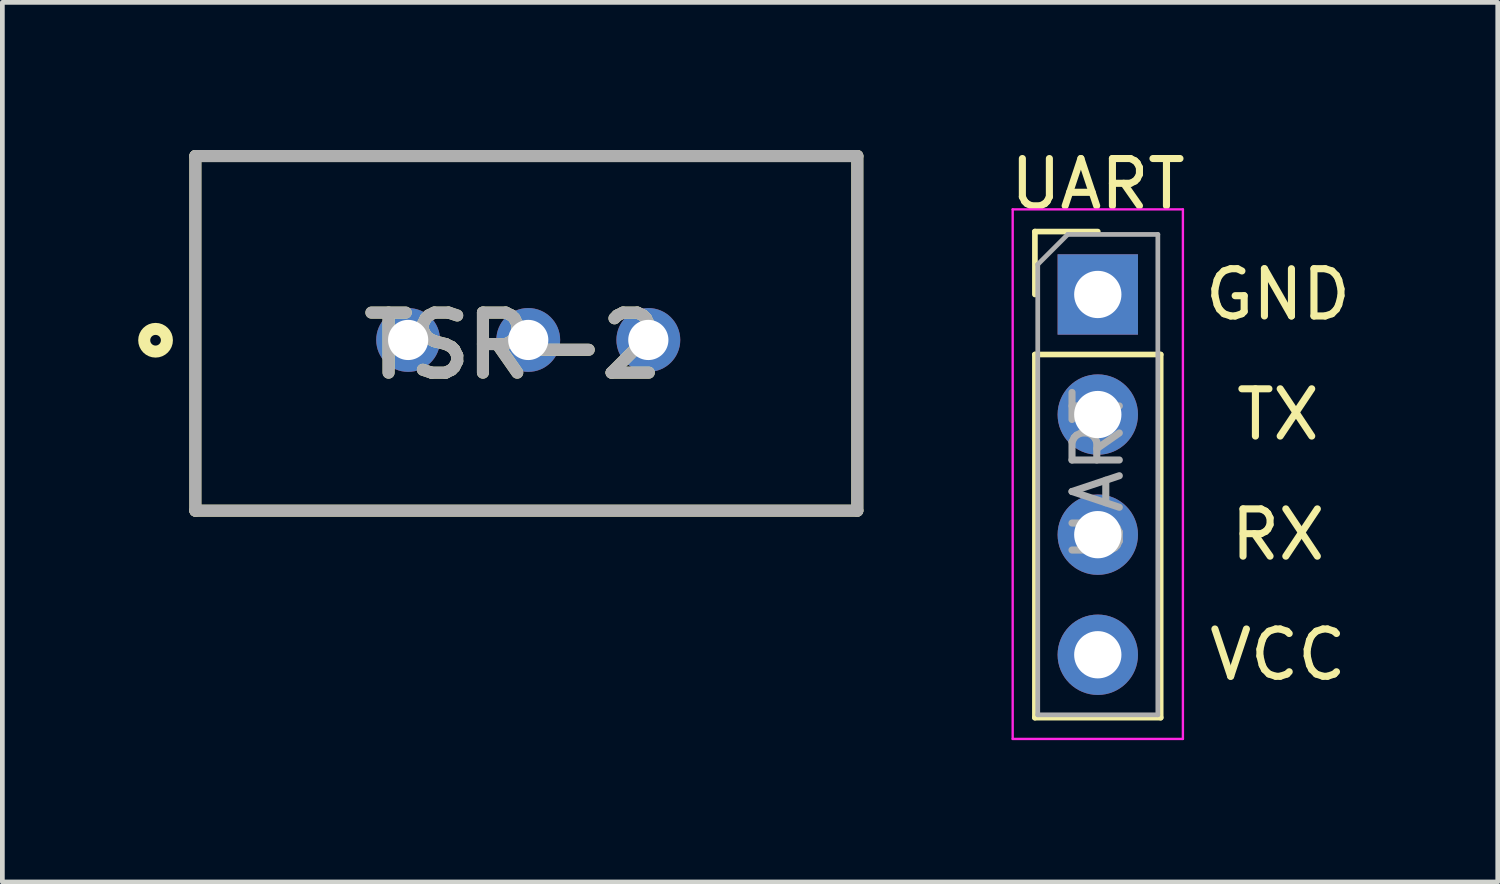
<source format=kicad_pcb>
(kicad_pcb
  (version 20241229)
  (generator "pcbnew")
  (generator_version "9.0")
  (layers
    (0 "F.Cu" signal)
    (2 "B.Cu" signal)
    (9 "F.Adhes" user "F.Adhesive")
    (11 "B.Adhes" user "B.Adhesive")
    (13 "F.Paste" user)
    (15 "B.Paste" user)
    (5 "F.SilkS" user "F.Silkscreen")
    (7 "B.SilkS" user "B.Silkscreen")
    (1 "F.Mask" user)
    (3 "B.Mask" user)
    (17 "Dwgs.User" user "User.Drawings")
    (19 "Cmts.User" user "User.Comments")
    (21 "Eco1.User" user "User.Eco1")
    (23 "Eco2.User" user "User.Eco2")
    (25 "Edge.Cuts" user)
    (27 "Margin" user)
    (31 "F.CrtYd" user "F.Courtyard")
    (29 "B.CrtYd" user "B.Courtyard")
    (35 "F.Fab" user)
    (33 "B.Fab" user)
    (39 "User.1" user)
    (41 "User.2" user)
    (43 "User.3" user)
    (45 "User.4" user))
  (footprint "UART"
    (layer "F.Cu")
    (at 20.168 3.178)
    (property "Reference" "UART" (at 0 -2.33 0) (layer "F.SilkS") (effects (font (size 1 1) (thickness 0.15))))
    (attr through_hole)
    (fp_line (start -1.33 -1.33) (end 0 -1.33) (stroke (width 0.12) (type solid)) (layer "F.SilkS"))
    (fp_line (start -1.33 0) (end -1.33 -1.33) (stroke (width 0.12) (type solid)) (layer "F.SilkS"))
    (fp_line (start -1.33 1.27) (end -1.33 8.95) (stroke (width 0.12) (type solid)) (layer "F.SilkS"))
    (fp_line (start -1.33 1.27) (end 1.33 1.27) (stroke (width 0.12) (type solid)) (layer "F.SilkS"))
    (fp_line (start -1.33 8.95) (end 1.33 8.95) (stroke (width 0.12) (type solid)) (layer "F.SilkS"))
    (fp_line (start 1.33 1.27) (end 1.33 8.95) (stroke (width 0.12) (type solid)) (layer "F.SilkS"))
    (fp_line (start -1.8 -1.8) (end -1.8 9.4) (stroke (width 0.05) (type solid)) (layer "F.CrtYd"))
    (fp_line (start -1.8 9.4) (end 1.8 9.4) (stroke (width 0.05) (type solid)) (layer "F.CrtYd"))
    (fp_line (start 1.8 -1.8) (end -1.8 -1.8) (stroke (width 0.05) (type solid)) (layer "F.CrtYd"))
    (fp_line (start 1.8 9.4) (end 1.8 -1.8) (stroke (width 0.05) (type solid)) (layer "F.CrtYd"))
    (fp_line (start -1.27 -0.635) (end -0.635 -1.27) (stroke (width 0.1) (type solid)) (layer "F.Fab"))
    (fp_line (start -1.27 8.89) (end -1.27 -0.635) (stroke (width 0.1) (type solid)) (layer "F.Fab"))
    (fp_line (start -0.635 -1.27) (end 1.27 -1.27) (stroke (width 0.1) (type solid)) (layer "F.Fab"))
    (fp_line (start 1.27 -1.27) (end 1.27 8.89) (stroke (width 0.1) (type solid)) (layer "F.Fab"))
    (fp_line (start 1.27 8.89) (end -1.27 8.89) (stroke (width 0.1) (type solid)) (layer "F.Fab"))
    (fp_text user "TX" (at 3.81 2.54 0) (layer "F.SilkS") (effects (font (size 1 1) (thickness 0.15))))
    (fp_text user "GND" (at 3.81 0 0) (layer "F.SilkS") (effects (font (size 1 1) (thickness 0.15))))
    (fp_text user "RX" (at 3.81 5.08 0) (layer "F.SilkS") (effects (font (size 1 1) (thickness 0.15))))
    (fp_text user "VCC" (at 3.81 7.62 0) (layer "F.SilkS") (effects (font (size 1 1) (thickness 0.15))))
    (fp_text user "${REFERENCE}" (at 0 3.81 90) (layer "F.Fab") (effects (font (size 1 1) (thickness 0.15))))
    (pad "1" thru_hole rect (at 0 0) (size 1.7 1.7) (drill 1) (layers "*.Cu" "*.Mask"))
    (pad "2" thru_hole oval (at 0 2.54) (size 1.7 1.7) (drill 1) (layers "*.Cu" "*.Mask"))
    (pad "3" thru_hole oval (at 0 5.08) (size 1.7 1.7) (drill 1) (layers "*.Cu" "*.Mask"))
    (pad "4" thru_hole oval (at 0 7.62) (size 1.7 1.7) (drill 1) (layers "*.Cu" "*.Mask")))
  (footprint "TSR-2"
    (layer "F.Cu")
    (at 1.082 0.25)
    (property "Reference" "TSR-2" (at 6.717 4.007 0) (layer "F.SilkS") (effects (font (size 1.27 1.27) (thickness 0.254))))
    (attr through_hole)
    (fp_line (start 0 0) (end 14 0) (stroke (width 0.254) (type solid)) (layer "F.SilkS"))
    (fp_line (start 0 7.5) (end 0 0) (stroke (width 0.254) (type solid)) (layer "F.SilkS"))
    (fp_line (start 14 0) (end 14 7.5) (stroke (width 0.254) (type solid)) (layer "F.SilkS"))
    (fp_line (start 14 7.5) (end 0 7.5) (stroke (width 0.254) (type solid)) (layer "F.SilkS"))
    (fp_circle (center -0.842 3.896) (end -0.842 4.009) (stroke (width 0.254) (type solid)) (fill no) (layer "F.SilkS"))
    (fp_line (start 0 0) (end 14 0) (stroke (width 0.254) (type solid)) (layer "F.Fab"))
    (fp_line (start 0 7.5) (end 0 0) (stroke (width 0.254) (type solid)) (layer "F.Fab"))
    (fp_line (start 14 0) (end 14 7.5) (stroke (width 0.254) (type solid)) (layer "F.Fab"))
    (fp_line (start 14 7.5) (end 0 7.5) (stroke (width 0.254) (type solid)) (layer "F.Fab"))
    (fp_text user "${REFERENCE}" (at 6.717 4.007 0) (layer "F.Fab") (effects (font (size 1.27 1.27) (thickness 0.254))))
    (pad "1" thru_hole circle (at 4.5 3.89) (size 1.35 1.35) (drill 0.85) (layers "*.Cu" "*.Mask"))
    (pad "2" thru_hole circle (at 7.04 3.89) (size 1.35 1.35) (drill 0.85) (layers "*.Cu" "*.Mask"))
    (pad "3" thru_hole circle (at 9.58 3.89) (size 1.35 1.35) (drill 0.85) (layers "*.Cu" "*.Mask")))
  (gr_rect
    (start -3 -3)
    (end 28.627 15.603)
    (stroke (width 0.1) (type default))
    (fill no)
    (layer "Edge.Cuts")))
</source>
